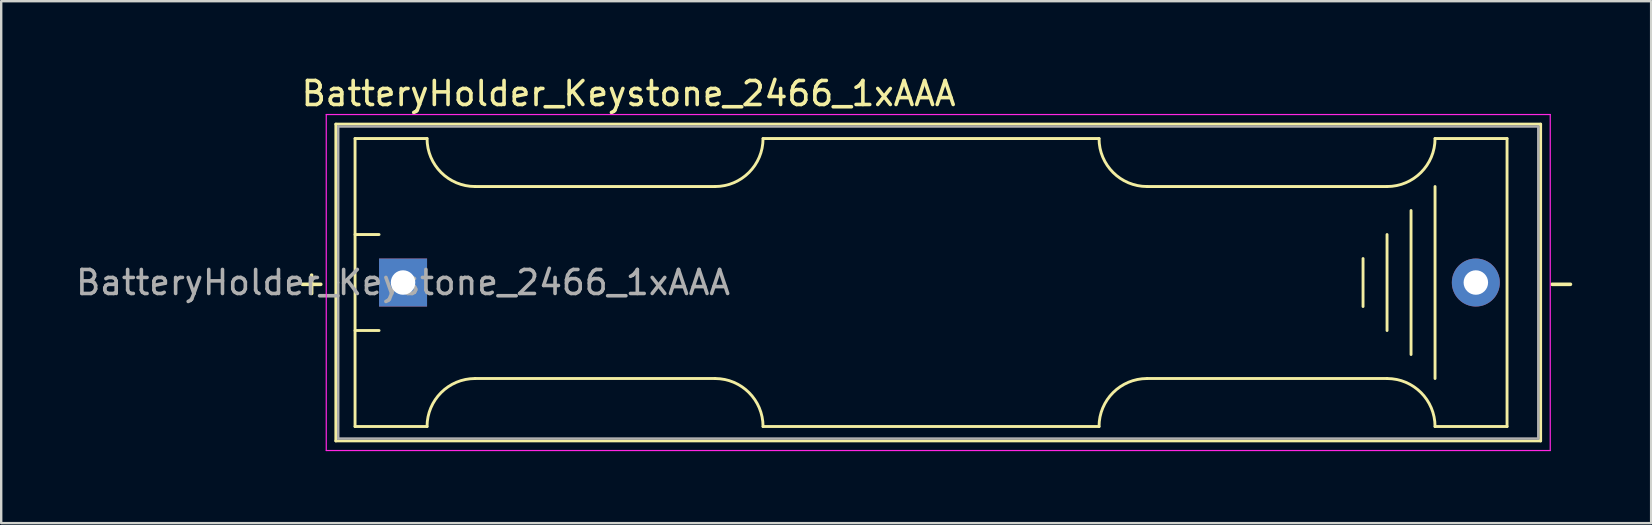
<source format=kicad_pcb>
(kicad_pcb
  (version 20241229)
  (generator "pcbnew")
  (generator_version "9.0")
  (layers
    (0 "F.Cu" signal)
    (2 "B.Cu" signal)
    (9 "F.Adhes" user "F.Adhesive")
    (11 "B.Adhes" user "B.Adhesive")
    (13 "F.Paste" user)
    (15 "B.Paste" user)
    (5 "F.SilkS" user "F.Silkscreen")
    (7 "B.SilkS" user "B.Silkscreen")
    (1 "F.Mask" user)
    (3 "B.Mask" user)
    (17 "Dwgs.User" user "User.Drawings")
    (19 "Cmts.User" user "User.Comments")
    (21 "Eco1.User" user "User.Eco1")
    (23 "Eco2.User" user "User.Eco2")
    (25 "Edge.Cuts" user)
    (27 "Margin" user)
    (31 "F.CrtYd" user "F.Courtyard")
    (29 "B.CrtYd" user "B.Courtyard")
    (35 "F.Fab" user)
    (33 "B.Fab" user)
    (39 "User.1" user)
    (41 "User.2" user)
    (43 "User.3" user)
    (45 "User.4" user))
  (footprint "BatteryHolder_Keystone_2466_1xAAA"
    (layer "F.Cu")
    (at 13.744 8.722)
    (property "Reference" "BatteryHolder_Keystone_2466_1xAAA" (at 9.398 -7.874 180) (layer "F.SilkS") (effects (font (size 1 1) (thickness 0.15))))
    (attr through_hole)
    (fp_line (start -2.8 -6.6) (end -2.8 6.6) (stroke (width 0.12) (type solid)) (layer "F.SilkS"))
    (fp_line (start -2.8 6.6) (end 47.4 6.6) (stroke (width 0.12) (type solid)) (layer "F.SilkS"))
    (fp_line (start -2 -6) (end -2 6) (stroke (width 0.12) (type solid)) (layer "F.SilkS"))
    (fp_line (start -2 -6) (end 1 -6) (stroke (width 0.12) (type solid)) (layer "F.SilkS"))
    (fp_line (start -2 -2) (end -1 -2) (stroke (width 0.12) (type solid)) (layer "F.SilkS"))
    (fp_line (start -2 6) (end 1 6) (stroke (width 0.12) (type solid)) (layer "F.SilkS"))
    (fp_line (start -1 2) (end -2 2) (stroke (width 0.12) (type solid)) (layer "F.SilkS"))
    (fp_line (start 3 -4) (end 13 -4) (stroke (width 0.12) (type solid)) (layer "F.SilkS"))
    (fp_line (start 3 4) (end 13 4) (stroke (width 0.12) (type solid)) (layer "F.SilkS"))
    (fp_line (start 15 6) (end 29 6) (stroke (width 0.12) (type solid)) (layer "F.SilkS"))
    (fp_line (start 29 -6) (end 15 -6) (stroke (width 0.12) (type solid)) (layer "F.SilkS"))
    (fp_line (start 40 -1) (end 40 1) (stroke (width 0.12) (type solid)) (layer "F.SilkS"))
    (fp_line (start 41 -4) (end 31 -4) (stroke (width 0.12) (type solid)) (layer "F.SilkS"))
    (fp_line (start 41 -2) (end 41 2) (stroke (width 0.12) (type solid)) (layer "F.SilkS"))
    (fp_line (start 41 4) (end 31 4) (stroke (width 0.12) (type solid)) (layer "F.SilkS"))
    (fp_line (start 42 3) (end 42 -3) (stroke (width 0.12) (type solid)) (layer "F.SilkS"))
    (fp_line (start 43 -4) (end 43 4) (stroke (width 0.12) (type solid)) (layer "F.SilkS"))
    (fp_line (start 46 -6) (end 43 -6) (stroke (width 0.12) (type solid)) (layer "F.SilkS"))
    (fp_line (start 46 -6) (end 46 6) (stroke (width 0.12) (type solid)) (layer "F.SilkS"))
    (fp_line (start 46 6) (end 43 6) (stroke (width 0.12) (type solid)) (layer "F.SilkS"))
    (fp_line (start 47.4 -6.6) (end -2.8 -6.6) (stroke (width 0.12) (type solid)) (layer "F.SilkS"))
    (fp_line (start 47.4 6.6) (end 47.4 -6.6) (stroke (width 0.12) (type solid)) (layer "F.SilkS"))
    (fp_arc (start 1 6) (mid 1.585786 4.585786) (end 3 4) (stroke (width 0.12) (type solid)) (layer "F.SilkS"))
    (fp_arc (start 3 -4) (mid 1.585786 -4.585786) (end 1 -6) (stroke (width 0.12) (type solid)) (layer "F.SilkS"))
    (fp_arc (start 13 4) (mid 14.414214 4.585786) (end 15 6) (stroke (width 0.12) (type solid)) (layer "F.SilkS"))
    (fp_arc (start 15 -6) (mid 14.414214 -4.585786) (end 13 -4) (stroke (width 0.12) (type solid)) (layer "F.SilkS"))
    (fp_arc (start 29 6) (mid 29.585786 4.585786) (end 31 4) (stroke (width 0.12) (type solid)) (layer "F.SilkS"))
    (fp_arc (start 31 -4) (mid 29.585786 -4.585786) (end 29 -6) (stroke (width 0.12) (type solid)) (layer "F.SilkS"))
    (fp_arc (start 41 4) (mid 42.414214 4.585786) (end 43 6) (stroke (width 0.12) (type solid)) (layer "F.SilkS"))
    (fp_arc (start 43 -6) (mid 42.414214 -4.585786) (end 41 -4) (stroke (width 0.12) (type solid)) (layer "F.SilkS"))
    (fp_line (start -3.2 -7) (end -3.2 7) (stroke (width 0.05) (type solid)) (layer "F.CrtYd"))
    (fp_line (start -3.2 7) (end 47.8 7) (stroke (width 0.05) (type solid)) (layer "F.CrtYd"))
    (fp_line (start 47.8 -7) (end -3.2 -7) (stroke (width 0.05) (type solid)) (layer "F.CrtYd"))
    (fp_line (start 47.8 7) (end 47.8 -7) (stroke (width 0.05) (type solid)) (layer "F.CrtYd"))
    (fp_line (start -2.7 -6.5) (end 47.3 -6.5) (stroke (width 0.1) (type solid)) (layer "F.Fab"))
    (fp_line (start -2.7 0) (end -2.7 -6.5) (stroke (width 0.1) (type solid)) (layer "F.Fab"))
    (fp_line (start -2.7 6.5) (end -2.7 0) (stroke (width 0.1) (type solid)) (layer "F.Fab"))
    (fp_line (start 47.3 -6.5) (end 47.3 6.5) (stroke (width 0.1) (type solid)) (layer "F.Fab"))
    (fp_line (start 47.3 6.5) (end -2.7 6.5) (stroke (width 0.1) (type solid)) (layer "F.Fab"))
    (fp_text user "-" (at 48.26 0 180) (layer "F.SilkS") (effects (font (size 1 1) (thickness 0.15))))
    (fp_text user "+" (at -3.81 0 180) (layer "F.SilkS") (effects (font (size 1 1) (thickness 0.15))))
    (fp_text user "${REFERENCE}" (at 0 0 180) (layer "F.Fab") (effects (font (size 1 1) (thickness 0.15))))
    (pad "1" thru_hole rect (at 0 0) (size 2 2) (drill 1.02) (layers "*.Cu" "*.Mask"))
    (pad "2" thru_hole circle (at 44.7 0) (size 2 2) (drill 1.02) (layers "*.Cu" "*.Mask")))
  (gr_rect
    (start -3 -3)
    (end 65.748 18.747)
    (stroke (width 0.1) (type default))
    (fill no)
    (layer "Edge.Cuts")))
</source>
